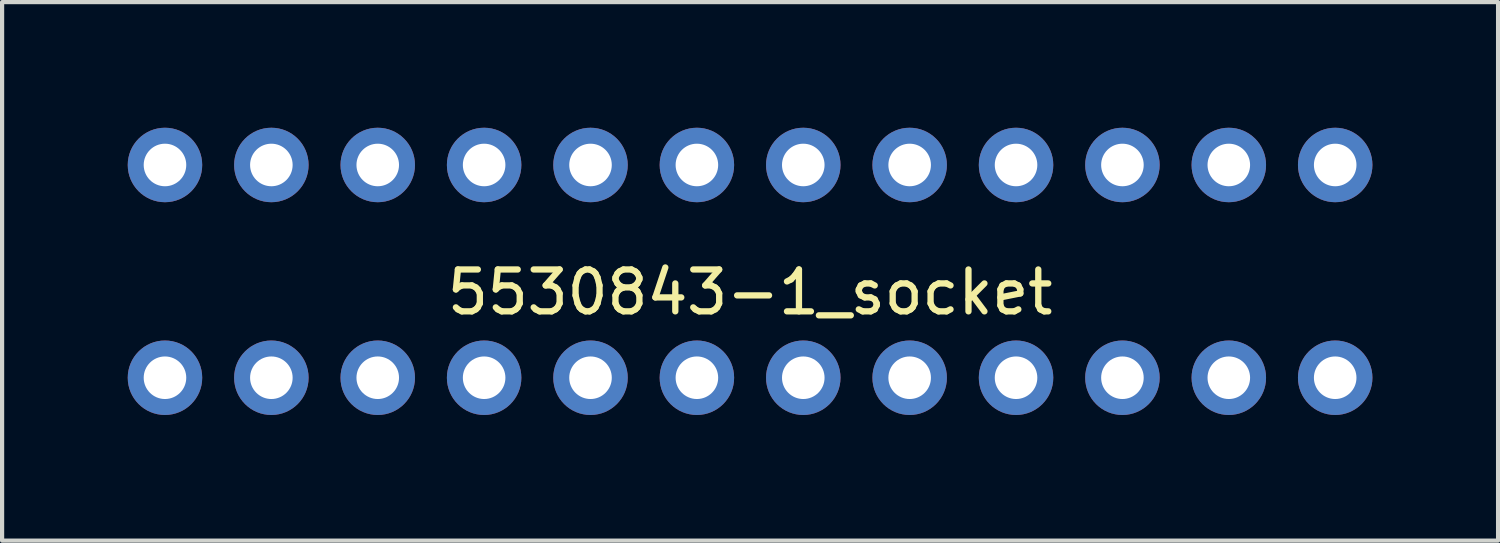
<source format=kicad_pcb>
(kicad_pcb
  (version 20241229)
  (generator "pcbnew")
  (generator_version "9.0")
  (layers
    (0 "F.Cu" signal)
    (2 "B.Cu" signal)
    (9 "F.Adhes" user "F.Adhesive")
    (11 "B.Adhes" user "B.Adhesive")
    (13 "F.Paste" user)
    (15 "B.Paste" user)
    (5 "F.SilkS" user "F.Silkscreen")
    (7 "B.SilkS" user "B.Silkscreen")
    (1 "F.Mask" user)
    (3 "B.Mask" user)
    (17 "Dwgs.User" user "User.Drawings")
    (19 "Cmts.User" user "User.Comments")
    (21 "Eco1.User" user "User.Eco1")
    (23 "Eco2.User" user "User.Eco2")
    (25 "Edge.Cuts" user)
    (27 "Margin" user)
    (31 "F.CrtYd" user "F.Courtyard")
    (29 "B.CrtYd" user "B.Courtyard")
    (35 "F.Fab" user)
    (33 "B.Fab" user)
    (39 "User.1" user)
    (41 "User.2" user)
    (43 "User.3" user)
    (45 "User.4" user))
  (footprint "5530843-1_socket"
    (layer "F.Cu")
    (at 14.859 3.429)
    (property "Reference" "5530843-1_socket" (at 0 0.5 0) (layer "F.SilkS") (effects (font (size 1 1) (thickness 0.15))))
    (attr through_hole)
    (pad "1" thru_hole circle (at -13.97 2.54) (size 1.778 1.778) (drill 1.016) (layers "*.Cu" "*.Mask"))
    (pad "2" thru_hole circle (at -13.97 -2.54) (size 1.778 1.778) (drill 1.016) (layers "*.Cu" "*.Mask"))
    (pad "3" thru_hole circle (at -11.43 2.54) (size 1.778 1.778) (drill 1.016) (layers "*.Cu" "*.Mask"))
    (pad "4" thru_hole circle (at -11.43 -2.54) (size 1.778 1.778) (drill 1.016) (layers "*.Cu" "*.Mask"))
    (pad "5" thru_hole circle (at -8.89 2.54) (size 1.778 1.778) (drill 1.016) (layers "*.Cu" "*.Mask"))
    (pad "6" thru_hole circle (at -8.89 -2.54) (size 1.778 1.778) (drill 1.016) (layers "*.Cu" "*.Mask"))
    (pad "7" thru_hole circle (at -6.35 2.54) (size 1.778 1.778) (drill 1.016) (layers "*.Cu" "*.Mask"))
    (pad "8" thru_hole circle (at -6.35 -2.54) (size 1.778 1.778) (drill 1.016) (layers "*.Cu" "*.Mask"))
    (pad "9" thru_hole circle (at -3.81 2.54) (size 1.778 1.778) (drill 1.016) (layers "*.Cu" "*.Mask"))
    (pad "10" thru_hole circle (at -3.81 -2.54) (size 1.778 1.778) (drill 1.016) (layers "*.Cu" "*.Mask"))
    (pad "11" thru_hole circle (at -1.27 2.54) (size 1.778 1.778) (drill 1.016) (layers "*.Cu" "*.Mask"))
    (pad "12" thru_hole circle (at -1.27 -2.54) (size 1.778 1.778) (drill 1.016) (layers "*.Cu" "*.Mask"))
    (pad "13" thru_hole circle (at 1.27 2.54) (size 1.778 1.778) (drill 1.016) (layers "*.Cu" "*.Mask"))
    (pad "14" thru_hole circle (at 1.27 -2.54) (size 1.778 1.778) (drill 1.016) (layers "*.Cu" "*.Mask"))
    (pad "15" thru_hole circle (at 3.81 2.54) (size 1.778 1.778) (drill 1.016) (layers "*.Cu" "*.Mask"))
    (pad "16" thru_hole circle (at 3.81 -2.54) (size 1.778 1.778) (drill 1.016) (layers "*.Cu" "*.Mask"))
    (pad "17" thru_hole circle (at 6.35 2.54) (size 1.778 1.778) (drill 1.016) (layers "*.Cu" "*.Mask"))
    (pad "18" thru_hole circle (at 6.35 -2.54) (size 1.778 1.778) (drill 1.016) (layers "*.Cu" "*.Mask"))
    (pad "19" thru_hole circle (at 8.89 2.54) (size 1.778 1.778) (drill 1.016) (layers "*.Cu" "*.Mask"))
    (pad "20" thru_hole circle (at 8.89 -2.54) (size 1.778 1.778) (drill 1.016) (layers "*.Cu" "*.Mask"))
    (pad "21" thru_hole circle (at 11.43 2.54) (size 1.778 1.778) (drill 1.016) (layers "*.Cu" "*.Mask"))
    (pad "22" thru_hole circle (at 11.43 -2.54) (size 1.778 1.778) (drill 1.016) (layers "*.Cu" "*.Mask"))
    (pad "23" thru_hole circle (at 13.97 2.54) (size 1.778 1.778) (drill 1.016) (layers "*.Cu" "*.Mask"))
    (pad "24" thru_hole circle (at 13.97 -2.54) (size 1.778 1.778) (drill 1.016) (layers "*.Cu" "*.Mask")))
  (gr_rect
    (start -3 -3)
    (end 32.718 9.858)
    (stroke (width 0.1) (type default))
    (fill no)
    (layer "Edge.Cuts")))
</source>
